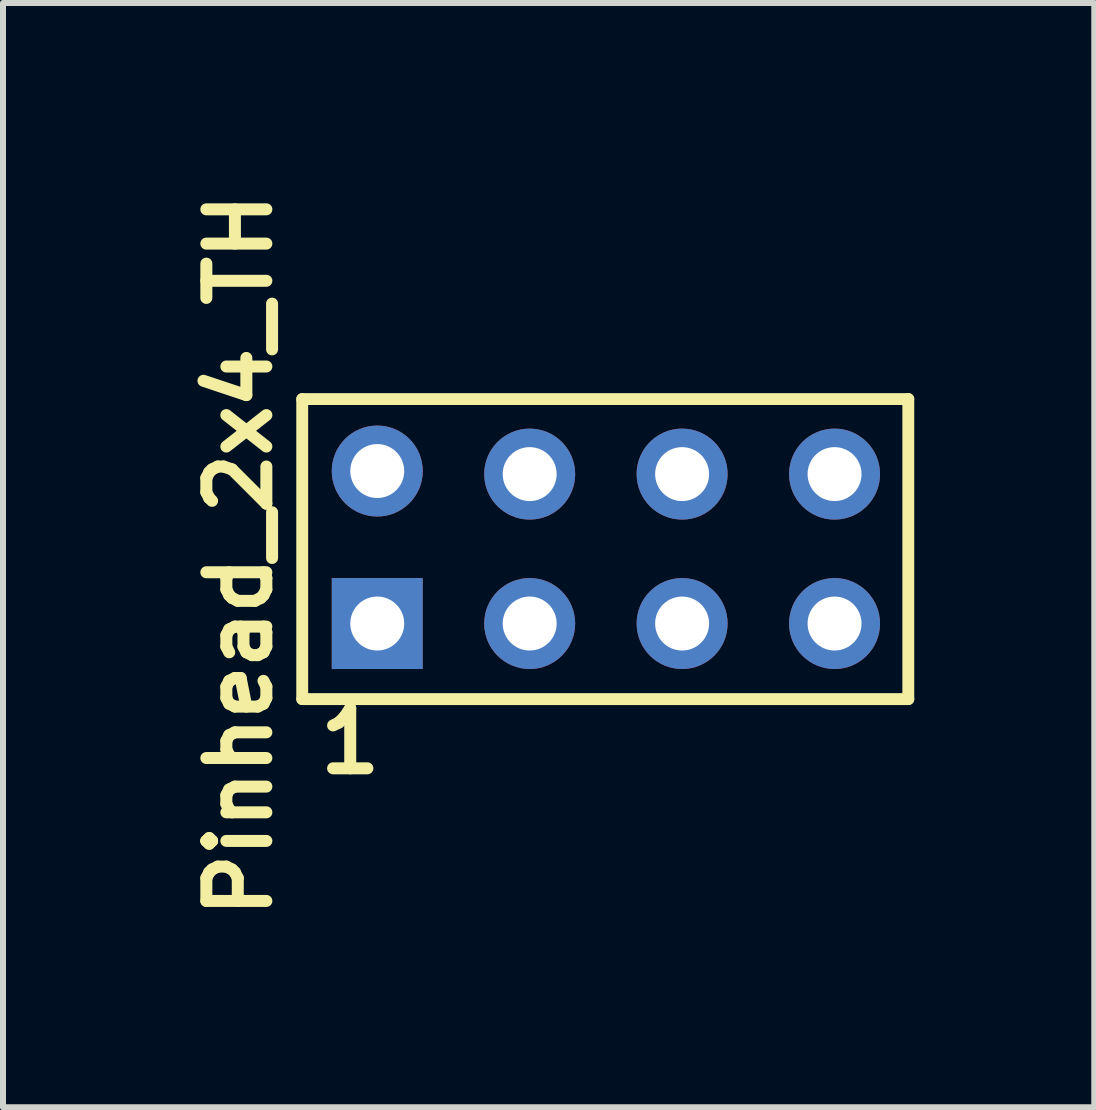
<source format=kicad_pcb>
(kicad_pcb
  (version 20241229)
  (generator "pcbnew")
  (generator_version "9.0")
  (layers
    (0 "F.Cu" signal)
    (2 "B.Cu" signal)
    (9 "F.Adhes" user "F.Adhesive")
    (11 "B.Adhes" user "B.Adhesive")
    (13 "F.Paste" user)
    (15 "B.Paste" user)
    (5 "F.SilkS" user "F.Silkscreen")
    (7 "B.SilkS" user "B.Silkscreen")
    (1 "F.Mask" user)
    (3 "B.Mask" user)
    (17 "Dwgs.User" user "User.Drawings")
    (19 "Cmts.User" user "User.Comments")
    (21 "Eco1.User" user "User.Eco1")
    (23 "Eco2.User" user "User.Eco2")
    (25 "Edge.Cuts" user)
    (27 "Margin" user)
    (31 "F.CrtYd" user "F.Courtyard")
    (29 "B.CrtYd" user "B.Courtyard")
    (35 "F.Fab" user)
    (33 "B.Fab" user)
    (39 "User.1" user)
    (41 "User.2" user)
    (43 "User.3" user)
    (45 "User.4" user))
  (footprint "Pinhead_2x4_TH"
    (layer "F.Cu")
    (at 1.986 3.6)
    (property "Reference" "Pinhead_2x4_TH" (at -1.05 2.6 90) (layer "F.SilkS") (effects (font (size 1 1) (thickness 0.2))))
    (attr smd)
    (fp_line (start 0 0) (end 0 4.999) (stroke (width 0.198) (type solid)) (layer "F.SilkS"))
    (fp_line (start 0 0) (end 10.099 0) (stroke (width 0.198) (type solid)) (layer "F.SilkS"))
    (fp_line (start 0 4.999) (end 10.099 4.999) (stroke (width 0.198) (type solid)) (layer "F.SilkS"))
    (fp_line (start 10.099 0) (end 10.099 4.999) (stroke (width 0.198) (type solid)) (layer "F.SilkS"))
    (fp_text user "1" (at 0.8 5.7 0) (layer "F.SilkS") (effects (font (size 1 1) (thickness 0.2))))
    (pad "1" thru_hole rect (at 1.25 3.74) (size 1.516 1.516) (drill 0.899) (layers "*.Cu" "*.Mask" "B.Paste"))
    (pad "2" thru_hole circle (at 1.25 1.199) (size 1.516 1.516) (drill 0.899) (layers "*.Cu" "*.Mask" "B.Paste"))
    (pad "3" thru_hole circle (at 3.79 3.74) (size 1.516 1.516) (drill 0.899) (layers "*.Cu" "*.Mask" "B.Paste"))
    (pad "4" thru_hole circle (at 3.79 1.25) (size 1.516 1.516) (drill 0.899) (layers "*.Cu" "*.Mask" "B.Paste"))
    (pad "5" thru_hole circle (at 6.33 3.74) (size 1.516 1.516) (drill 0.899) (layers "*.Cu" "*.Mask" "B.Paste"))
    (pad "6" thru_hole circle (at 6.33 1.25) (size 1.516 1.516) (drill 0.899) (layers "*.Cu" "*.Mask" "B.Paste"))
    (pad "7" thru_hole circle (at 8.87 3.74) (size 1.516 1.516) (drill 0.899) (layers "*.Cu" "*.Mask" "B.Paste"))
    (pad "8" thru_hole circle (at 8.87 1.25) (size 1.516 1.516) (drill 0.899) (layers "*.Cu" "*.Mask" "B.Paste")))
  (gr_rect
    (start -3 -3)
    (end 15.184 15.4)
    (stroke (width 0.1) (type default))
    (fill no)
    (layer "Edge.Cuts")))
</source>
